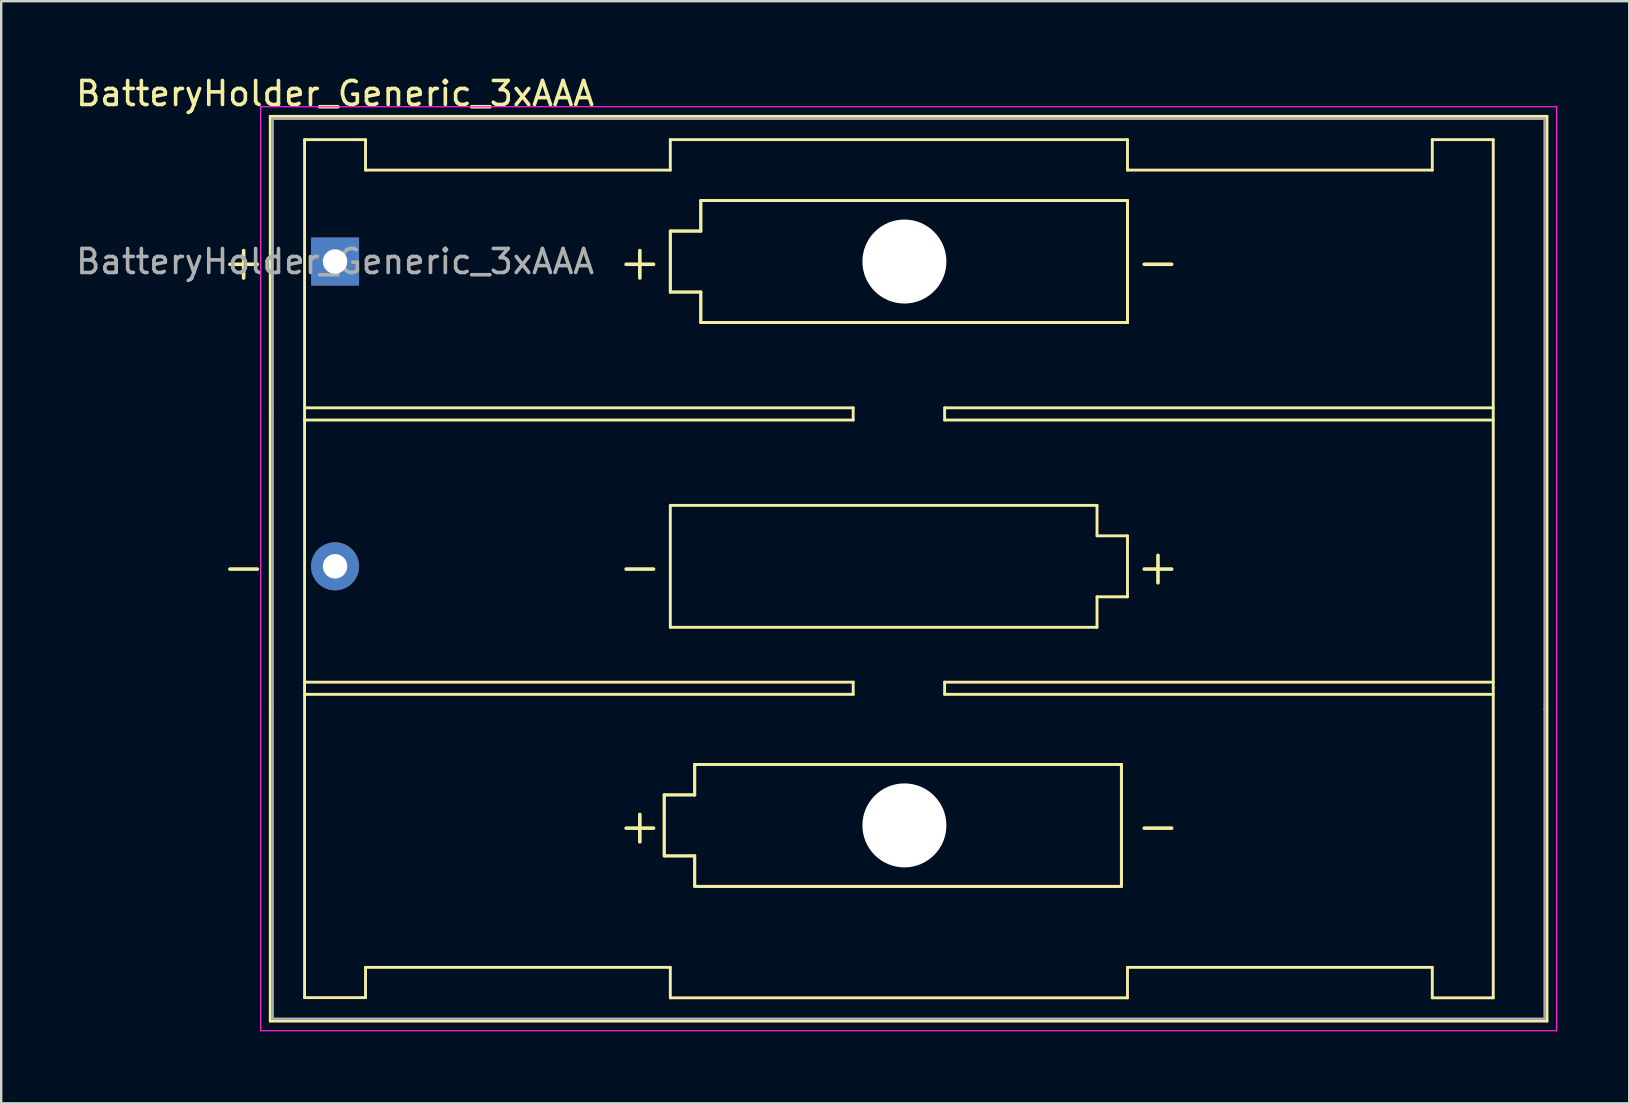
<source format=kicad_pcb>
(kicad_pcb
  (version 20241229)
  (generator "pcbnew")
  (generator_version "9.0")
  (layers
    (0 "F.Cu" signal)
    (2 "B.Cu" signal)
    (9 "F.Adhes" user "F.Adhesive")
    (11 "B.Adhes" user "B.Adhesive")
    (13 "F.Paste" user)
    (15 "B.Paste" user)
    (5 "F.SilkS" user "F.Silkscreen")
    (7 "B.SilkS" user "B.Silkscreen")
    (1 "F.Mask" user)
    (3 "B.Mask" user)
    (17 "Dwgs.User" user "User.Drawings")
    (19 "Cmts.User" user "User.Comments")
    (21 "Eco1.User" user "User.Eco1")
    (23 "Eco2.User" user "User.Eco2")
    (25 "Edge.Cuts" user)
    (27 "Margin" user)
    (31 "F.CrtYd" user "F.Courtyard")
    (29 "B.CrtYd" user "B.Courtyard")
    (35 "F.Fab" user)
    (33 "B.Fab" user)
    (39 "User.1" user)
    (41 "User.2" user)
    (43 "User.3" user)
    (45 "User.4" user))
  (footprint "BatteryHolder_Generic_3xAAA"
    (layer "F.Cu")
    (at 10.911 7.848)
    (property "Reference" "BatteryHolder_Generic_3xAAA" (at 0 -7 180) (layer "F.SilkS") (effects (font (size 1 1) (thickness 0.15))))
    (attr through_hole)
    (fp_line (start -2.7 -6.05) (end -2.7 31.65) (stroke (width 0.12) (type solid)) (layer "F.SilkS"))
    (fp_line (start -2.7 31.65) (end 50.5 31.65) (stroke (width 0.12) (type solid)) (layer "F.SilkS"))
    (fp_line (start -1.27 -5.08) (end -1.27 17.78) (stroke (width 0.12) (type solid)) (layer "F.SilkS"))
    (fp_line (start -1.27 6.096) (end 21.59 6.096) (stroke (width 0.12) (type solid)) (layer "F.SilkS"))
    (fp_line (start -1.27 17.526) (end 21.59 17.526) (stroke (width 0.12) (type solid)) (layer "F.SilkS"))
    (fp_line (start -1.27 17.78) (end -1.27 30.671) (stroke (width 0.12) (type solid)) (layer "F.SilkS"))
    (fp_line (start -1.27 30.671) (end 1.27 30.671) (stroke (width 0.12) (type solid)) (layer "F.SilkS"))
    (fp_line (start 1.27 -5.08) (end -1.27 -5.08) (stroke (width 0.12) (type solid)) (layer "F.SilkS"))
    (fp_line (start 1.27 -3.81) (end 1.27 -5.08) (stroke (width 0.12) (type solid)) (layer "F.SilkS"))
    (fp_line (start 1.27 -3.81) (end 13.97 -3.81) (stroke (width 0.12) (type solid)) (layer "F.SilkS"))
    (fp_line (start 1.27 29.41) (end 13.97 29.41) (stroke (width 0.12) (type solid)) (layer "F.SilkS"))
    (fp_line (start 1.27 30.671) (end 1.27 29.41) (stroke (width 0.12) (type solid)) (layer "F.SilkS"))
    (fp_line (start 13.716 22.225) (end 14.986 22.225) (stroke (width 0.12) (type solid)) (layer "F.SilkS"))
    (fp_line (start 13.716 22.225) (end 14.986 22.225) (stroke (width 0.12) (type solid)) (layer "F.SilkS"))
    (fp_line (start 13.716 24.765) (end 13.716 22.225) (stroke (width 0.12) (type solid)) (layer "F.SilkS"))
    (fp_line (start 13.716 24.765) (end 13.716 22.225) (stroke (width 0.12) (type solid)) (layer "F.SilkS"))
    (fp_line (start 13.97 -5.08) (end 13.97 -3.81) (stroke (width 0.12) (type solid)) (layer "F.SilkS"))
    (fp_line (start 13.97 -1.27) (end 15.24 -1.27) (stroke (width 0.12) (type solid)) (layer "F.SilkS"))
    (fp_line (start 13.97 -1.27) (end 15.24 -1.27) (stroke (width 0.12) (type solid)) (layer "F.SilkS"))
    (fp_line (start 13.97 1.27) (end 13.97 -1.27) (stroke (width 0.12) (type solid)) (layer "F.SilkS"))
    (fp_line (start 13.97 1.27) (end 13.97 -1.27) (stroke (width 0.12) (type solid)) (layer "F.SilkS"))
    (fp_line (start 13.97 10.16) (end 31.75 10.16) (stroke (width 0.12) (type solid)) (layer "F.SilkS"))
    (fp_line (start 13.97 15.24) (end 13.97 10.16) (stroke (width 0.12) (type solid)) (layer "F.SilkS"))
    (fp_line (start 13.97 29.41) (end 13.97 30.68) (stroke (width 0.12) (type solid)) (layer "F.SilkS"))
    (fp_line (start 13.97 30.68) (end 33.02 30.68) (stroke (width 0.12) (type solid)) (layer "F.SilkS"))
    (fp_line (start 14.986 20.955) (end 32.766 20.955) (stroke (width 0.12) (type solid)) (layer "F.SilkS"))
    (fp_line (start 14.986 20.955) (end 32.766 20.955) (stroke (width 0.12) (type solid)) (layer "F.SilkS"))
    (fp_line (start 14.986 22.225) (end 14.986 20.955) (stroke (width 0.12) (type solid)) (layer "F.SilkS"))
    (fp_line (start 14.986 22.225) (end 14.986 20.955) (stroke (width 0.12) (type solid)) (layer "F.SilkS"))
    (fp_line (start 14.986 24.765) (end 13.716 24.765) (stroke (width 0.12) (type solid)) (layer "F.SilkS"))
    (fp_line (start 14.986 24.765) (end 13.716 24.765) (stroke (width 0.12) (type solid)) (layer "F.SilkS"))
    (fp_line (start 14.986 26.035) (end 14.986 24.765) (stroke (width 0.12) (type solid)) (layer "F.SilkS"))
    (fp_line (start 14.986 26.035) (end 14.986 24.765) (stroke (width 0.12) (type solid)) (layer "F.SilkS"))
    (fp_line (start 15.24 -2.54) (end 33.02 -2.54) (stroke (width 0.12) (type solid)) (layer "F.SilkS"))
    (fp_line (start 15.24 -2.54) (end 33.02 -2.54) (stroke (width 0.12) (type solid)) (layer "F.SilkS"))
    (fp_line (start 15.24 -1.27) (end 15.24 -2.54) (stroke (width 0.12) (type solid)) (layer "F.SilkS"))
    (fp_line (start 15.24 -1.27) (end 15.24 -2.54) (stroke (width 0.12) (type solid)) (layer "F.SilkS"))
    (fp_line (start 15.24 1.27) (end 13.97 1.27) (stroke (width 0.12) (type solid)) (layer "F.SilkS"))
    (fp_line (start 15.24 1.27) (end 13.97 1.27) (stroke (width 0.12) (type solid)) (layer "F.SilkS"))
    (fp_line (start 15.24 2.54) (end 15.24 1.27) (stroke (width 0.12) (type solid)) (layer "F.SilkS"))
    (fp_line (start 15.24 2.54) (end 15.24 1.27) (stroke (width 0.12) (type solid)) (layer "F.SilkS"))
    (fp_line (start 21.59 6.096) (end 21.59 6.604) (stroke (width 0.12) (type solid)) (layer "F.SilkS"))
    (fp_line (start 21.59 6.604) (end -1.27 6.604) (stroke (width 0.12) (type solid)) (layer "F.SilkS"))
    (fp_line (start 21.59 17.526) (end 21.59 18.034) (stroke (width 0.12) (type solid)) (layer "F.SilkS"))
    (fp_line (start 21.59 18.034) (end -1.27 18.034) (stroke (width 0.12) (type solid)) (layer "F.SilkS"))
    (fp_line (start 25.4 6.096) (end 25.4 6.604) (stroke (width 0.12) (type solid)) (layer "F.SilkS"))
    (fp_line (start 25.4 6.604) (end 48.26 6.604) (stroke (width 0.12) (type solid)) (layer "F.SilkS"))
    (fp_line (start 25.4 17.526) (end 25.4 18.034) (stroke (width 0.12) (type solid)) (layer "F.SilkS"))
    (fp_line (start 25.4 18.034) (end 48.26 18.034) (stroke (width 0.12) (type solid)) (layer "F.SilkS"))
    (fp_line (start 31.75 10.16) (end 31.75 11.43) (stroke (width 0.12) (type solid)) (layer "F.SilkS"))
    (fp_line (start 31.75 11.43) (end 33.02 11.43) (stroke (width 0.12) (type solid)) (layer "F.SilkS"))
    (fp_line (start 31.75 13.97) (end 31.75 15.24) (stroke (width 0.12) (type solid)) (layer "F.SilkS"))
    (fp_line (start 31.75 15.24) (end 13.97 15.24) (stroke (width 0.12) (type solid)) (layer "F.SilkS"))
    (fp_line (start 32.766 20.955) (end 32.766 22.225) (stroke (width 0.12) (type solid)) (layer "F.SilkS"))
    (fp_line (start 32.766 20.955) (end 32.766 22.225) (stroke (width 0.12) (type solid)) (layer "F.SilkS"))
    (fp_line (start 32.766 22.225) (end 32.766 26.035) (stroke (width 0.12) (type solid)) (layer "F.SilkS"))
    (fp_line (start 32.766 22.225) (end 32.766 26.035) (stroke (width 0.12) (type solid)) (layer "F.SilkS"))
    (fp_line (start 32.766 26.035) (end 14.986 26.035) (stroke (width 0.12) (type solid)) (layer "F.SilkS"))
    (fp_line (start 32.766 26.035) (end 14.986 26.035) (stroke (width 0.12) (type solid)) (layer "F.SilkS"))
    (fp_line (start 33.02 -5.08) (end 13.97 -5.08) (stroke (width 0.12) (type solid)) (layer "F.SilkS"))
    (fp_line (start 33.02 -3.81) (end 33.02 -5.08) (stroke (width 0.12) (type solid)) (layer "F.SilkS"))
    (fp_line (start 33.02 -2.54) (end 33.02 -1.27) (stroke (width 0.12) (type solid)) (layer "F.SilkS"))
    (fp_line (start 33.02 -2.54) (end 33.02 -1.27) (stroke (width 0.12) (type solid)) (layer "F.SilkS"))
    (fp_line (start 33.02 -1.27) (end 33.02 2.54) (stroke (width 0.12) (type solid)) (layer "F.SilkS"))
    (fp_line (start 33.02 -1.27) (end 33.02 2.54) (stroke (width 0.12) (type solid)) (layer "F.SilkS"))
    (fp_line (start 33.02 2.54) (end 15.24 2.54) (stroke (width 0.12) (type solid)) (layer "F.SilkS"))
    (fp_line (start 33.02 2.54) (end 15.24 2.54) (stroke (width 0.12) (type solid)) (layer "F.SilkS"))
    (fp_line (start 33.02 11.43) (end 33.02 13.97) (stroke (width 0.12) (type solid)) (layer "F.SilkS"))
    (fp_line (start 33.02 13.97) (end 31.75 13.97) (stroke (width 0.12) (type solid)) (layer "F.SilkS"))
    (fp_line (start 33.02 30.68) (end 33.02 29.41) (stroke (width 0.12) (type solid)) (layer "F.SilkS"))
    (fp_line (start 45.72 -5.08) (end 45.72 -3.81) (stroke (width 0.12) (type solid)) (layer "F.SilkS"))
    (fp_line (start 45.72 -3.81) (end 33.02 -3.81) (stroke (width 0.12) (type solid)) (layer "F.SilkS"))
    (fp_line (start 45.72 29.41) (end 33.02 29.41) (stroke (width 0.12) (type solid)) (layer "F.SilkS"))
    (fp_line (start 45.72 30.68) (end 45.72 29.41) (stroke (width 0.12) (type solid)) (layer "F.SilkS"))
    (fp_line (start 48.26 -5.08) (end 45.72 -5.08) (stroke (width 0.12) (type solid)) (layer "F.SilkS"))
    (fp_line (start 48.26 -5.08) (end 48.26 17.78) (stroke (width 0.12) (type solid)) (layer "F.SilkS"))
    (fp_line (start 48.26 6.096) (end 25.4 6.096) (stroke (width 0.12) (type solid)) (layer "F.SilkS"))
    (fp_line (start 48.26 17.526) (end 25.4 17.526) (stroke (width 0.12) (type solid)) (layer "F.SilkS"))
    (fp_line (start 48.26 17.78) (end 48.26 30.68) (stroke (width 0.12) (type solid)) (layer "F.SilkS"))
    (fp_line (start 48.26 30.68) (end 45.72 30.68) (stroke (width 0.12) (type solid)) (layer "F.SilkS"))
    (fp_line (start 50.5 -6.05) (end -2.7 -6.05) (stroke (width 0.12) (type solid)) (layer "F.SilkS"))
    (fp_line (start 50.5 31.65) (end 50.5 -6.05) (stroke (width 0.12) (type solid)) (layer "F.SilkS"))
    (fp_line (start -3.1 -6.45) (end 50.9 -6.45) (stroke (width 0.05) (type solid)) (layer "F.CrtYd"))
    (fp_line (start -3.1 32.05) (end -3.1 -6.45) (stroke (width 0.05) (type solid)) (layer "F.CrtYd"))
    (fp_line (start 50.9 -6.45) (end 50.9 32.05) (stroke (width 0.05) (type solid)) (layer "F.CrtYd"))
    (fp_line (start 50.9 32.05) (end -3.1 32.05) (stroke (width 0.05) (type solid)) (layer "F.CrtYd"))
    (fp_line (start -2.6 -5.95) (end 50.4 -5.95) (stroke (width 0.1) (type solid)) (layer "F.Fab"))
    (fp_line (start -2.6 6.35) (end -2.6 -5.95) (stroke (width 0.1) (type solid)) (layer "F.Fab"))
    (fp_line (start -2.6 18.65) (end -2.6 6.35) (stroke (width 0.1) (type solid)) (layer "F.Fab"))
    (fp_line (start -2.6 18.65) (end -2.6 31.55) (stroke (width 0.1) (type solid)) (layer "F.Fab"))
    (fp_line (start -2.6 31.55) (end 50.4 31.55) (stroke (width 0.1) (type solid)) (layer "F.Fab"))
    (fp_line (start 50.4 18.65) (end 50.4 -5.95) (stroke (width 0.1) (type solid)) (layer "F.Fab"))
    (fp_line (start 50.4 18.65) (end 50.4 31.55) (stroke (width 0.1) (type solid)) (layer "F.Fab"))
    (fp_text user "+" (at 12.7 0 0) (layer "F.SilkS") (effects (font (size 1.5 1.5) (thickness 0.15))))
    (fp_text user "+" (at 12.7 23.495 0) (layer "F.SilkS") (effects (font (size 1.5 1.5) (thickness 0.15))))
    (fp_text user "-" (at 12.7 12.7 0) (layer "F.SilkS") (effects (font (size 1.5 1.5) (thickness 0.15))))
    (fp_text user "-" (at -3.81 12.7 0) (layer "F.SilkS") (effects (font (size 1.5 1.5) (thickness 0.15))))
    (fp_text user "+" (at 34.29 12.7 0) (layer "F.SilkS") (effects (font (size 1.5 1.5) (thickness 0.15))))
    (fp_text user "-" (at 34.29 0 0) (layer "F.SilkS") (effects (font (size 1.5 1.5) (thickness 0.15))))
    (fp_text user "-" (at 34.29 23.495 0) (layer "F.SilkS") (effects (font (size 1.5 1.5) (thickness 0.15))))
    (fp_text user "+" (at -3.81 0 0) (layer "F.SilkS") (effects (font (size 1.5 1.5) (thickness 0.15))))
    (fp_text user "${REFERENCE}" (at 0 0 0) (layer "F.Fab") (effects (font (size 1 1) (thickness 0.15))))
    (pad "" np_thru_hole circle (at 23.724 0) (size 3.5 3.5) (drill 3.5) (layers "*.Cu" "*.Mask"))
    (pad "" np_thru_hole circle (at 23.724 23.495) (size 3.5 3.5) (drill 3.5) (layers "*.Cu" "*.Mask"))
    (pad "1" thru_hole rect (at 0 0) (size 2 2) (drill 1.02) (layers "*.Cu" "*.Mask"))
    (pad "2" thru_hole circle (at 0 12.7) (size 2 2) (drill 1.02) (layers "*.Cu" "*.Mask")))
  (gr_rect
    (start -3 -3)
    (end 64.836 42.923)
    (stroke (width 0.1) (type default))
    (fill no)
    (layer "Edge.Cuts")))
</source>
